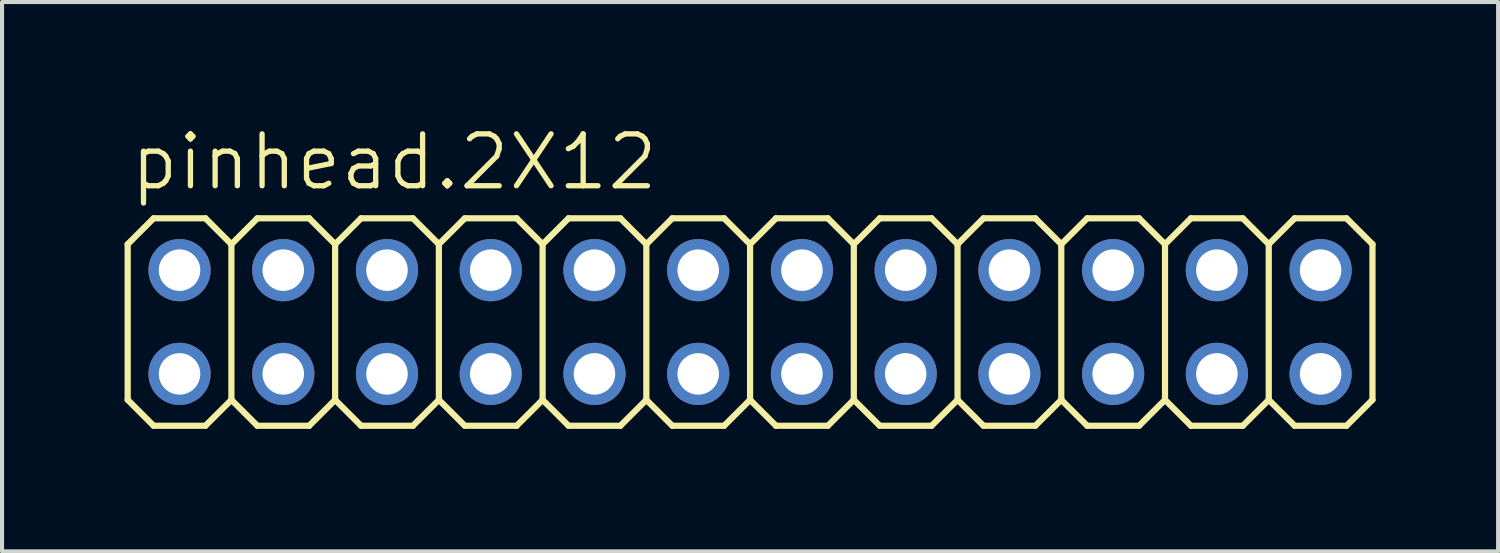
<source format=kicad_pcb>
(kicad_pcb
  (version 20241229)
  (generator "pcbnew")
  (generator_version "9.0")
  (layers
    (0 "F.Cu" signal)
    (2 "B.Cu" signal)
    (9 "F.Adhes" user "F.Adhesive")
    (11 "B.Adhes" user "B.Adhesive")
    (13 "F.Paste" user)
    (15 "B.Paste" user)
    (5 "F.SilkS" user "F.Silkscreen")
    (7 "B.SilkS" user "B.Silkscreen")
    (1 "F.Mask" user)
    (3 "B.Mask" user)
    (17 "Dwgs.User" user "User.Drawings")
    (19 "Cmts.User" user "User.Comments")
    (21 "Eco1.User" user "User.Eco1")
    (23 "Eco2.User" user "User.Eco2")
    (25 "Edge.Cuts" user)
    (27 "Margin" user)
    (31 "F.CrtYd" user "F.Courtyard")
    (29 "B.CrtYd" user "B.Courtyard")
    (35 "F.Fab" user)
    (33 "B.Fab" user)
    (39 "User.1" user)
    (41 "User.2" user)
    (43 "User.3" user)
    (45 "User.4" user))
  (footprint "pinhead.2X12"
    (layer "F.Cu")
    (at 15.316 4.835)
    (property "Reference" "pinhead.2X12" (at -15.24 -3.175 0) (layer "F.SilkS") (effects (font (size 1.27 1.27) (thickness 0.13)) (justify left bottom)))
    (attr through_hole)
    (fp_line (start -15.24 -1.905) (end -14.605 -2.54) (stroke (width 0.152) (type default)) (layer "F.SilkS"))
    (fp_line (start -15.24 1.905) (end -15.24 -1.905) (stroke (width 0.152) (type default)) (layer "F.SilkS"))
    (fp_line (start -15.24 1.905) (end -14.605 2.54) (stroke (width 0.152) (type default)) (layer "F.SilkS"))
    (fp_line (start -14.605 -2.54) (end -13.335 -2.54) (stroke (width 0.152) (type default)) (layer "F.SilkS"))
    (fp_line (start -14.605 2.54) (end -13.335 2.54) (stroke (width 0.152) (type default)) (layer "F.SilkS"))
    (fp_line (start -13.335 -2.54) (end -12.7 -1.905) (stroke (width 0.152) (type default)) (layer "F.SilkS"))
    (fp_line (start -13.335 2.54) (end -12.7 1.905) (stroke (width 0.152) (type default)) (layer "F.SilkS"))
    (fp_line (start -12.7 -1.905) (end -12.7 1.905) (stroke (width 0.152) (type default)) (layer "F.SilkS"))
    (fp_line (start -12.7 -1.905) (end -12.065 -2.54) (stroke (width 0.152) (type default)) (layer "F.SilkS"))
    (fp_line (start -12.7 1.905) (end -12.065 2.54) (stroke (width 0.152) (type default)) (layer "F.SilkS"))
    (fp_line (start -12.065 -2.54) (end -10.795 -2.54) (stroke (width 0.152) (type default)) (layer "F.SilkS"))
    (fp_line (start -12.065 2.54) (end -10.795 2.54) (stroke (width 0.152) (type default)) (layer "F.SilkS"))
    (fp_line (start -10.795 -2.54) (end -10.16 -1.905) (stroke (width 0.152) (type default)) (layer "F.SilkS"))
    (fp_line (start -10.795 2.54) (end -10.16 1.905) (stroke (width 0.152) (type default)) (layer "F.SilkS"))
    (fp_line (start -10.16 -1.905) (end -10.16 1.905) (stroke (width 0.152) (type default)) (layer "F.SilkS"))
    (fp_line (start -10.16 -1.905) (end -9.525 -2.54) (stroke (width 0.152) (type default)) (layer "F.SilkS"))
    (fp_line (start -10.16 1.905) (end -9.525 2.54) (stroke (width 0.152) (type default)) (layer "F.SilkS"))
    (fp_line (start -9.525 -2.54) (end -8.255 -2.54) (stroke (width 0.152) (type default)) (layer "F.SilkS"))
    (fp_line (start -9.525 2.54) (end -8.255 2.54) (stroke (width 0.152) (type default)) (layer "F.SilkS"))
    (fp_line (start -8.255 -2.54) (end -7.62 -1.905) (stroke (width 0.152) (type default)) (layer "F.SilkS"))
    (fp_line (start -8.255 2.54) (end -7.62 1.905) (stroke (width 0.152) (type default)) (layer "F.SilkS"))
    (fp_line (start -7.62 -1.905) (end -7.62 1.905) (stroke (width 0.152) (type default)) (layer "F.SilkS"))
    (fp_line (start -7.62 -1.905) (end -6.985 -2.54) (stroke (width 0.152) (type default)) (layer "F.SilkS"))
    (fp_line (start -7.62 1.905) (end -6.985 2.54) (stroke (width 0.152) (type default)) (layer "F.SilkS"))
    (fp_line (start -6.985 -2.54) (end -5.715 -2.54) (stroke (width 0.152) (type default)) (layer "F.SilkS"))
    (fp_line (start -6.985 2.54) (end -5.715 2.54) (stroke (width 0.152) (type default)) (layer "F.SilkS"))
    (fp_line (start -5.715 -2.54) (end -5.08 -1.905) (stroke (width 0.152) (type default)) (layer "F.SilkS"))
    (fp_line (start -5.715 2.54) (end -5.08 1.905) (stroke (width 0.152) (type default)) (layer "F.SilkS"))
    (fp_line (start -5.08 -1.905) (end -5.08 1.905) (stroke (width 0.152) (type default)) (layer "F.SilkS"))
    (fp_line (start -5.08 -1.905) (end -4.445 -2.54) (stroke (width 0.152) (type default)) (layer "F.SilkS"))
    (fp_line (start -5.08 1.905) (end -4.445 2.54) (stroke (width 0.152) (type default)) (layer "F.SilkS"))
    (fp_line (start -4.445 -2.54) (end -3.175 -2.54) (stroke (width 0.152) (type default)) (layer "F.SilkS"))
    (fp_line (start -4.445 2.54) (end -3.175 2.54) (stroke (width 0.152) (type default)) (layer "F.SilkS"))
    (fp_line (start -3.175 -2.54) (end -2.54 -1.905) (stroke (width 0.152) (type default)) (layer "F.SilkS"))
    (fp_line (start -3.175 2.54) (end -2.54 1.905) (stroke (width 0.152) (type default)) (layer "F.SilkS"))
    (fp_line (start -2.54 -1.905) (end -2.54 1.905) (stroke (width 0.152) (type default)) (layer "F.SilkS"))
    (fp_line (start -2.54 -1.905) (end -1.905 -2.54) (stroke (width 0.152) (type default)) (layer "F.SilkS"))
    (fp_line (start -2.54 1.905) (end -1.905 2.54) (stroke (width 0.152) (type default)) (layer "F.SilkS"))
    (fp_line (start -1.905 -2.54) (end -0.635 -2.54) (stroke (width 0.152) (type default)) (layer "F.SilkS"))
    (fp_line (start -1.905 2.54) (end -0.635 2.54) (stroke (width 0.152) (type default)) (layer "F.SilkS"))
    (fp_line (start -0.635 -2.54) (end 0 -1.905) (stroke (width 0.152) (type default)) (layer "F.SilkS"))
    (fp_line (start -0.635 2.54) (end 0 1.905) (stroke (width 0.152) (type default)) (layer "F.SilkS"))
    (fp_line (start 0 -1.905) (end 0 1.905) (stroke (width 0.152) (type default)) (layer "F.SilkS"))
    (fp_line (start 0 -1.905) (end 0.635 -2.54) (stroke (width 0.152) (type default)) (layer "F.SilkS"))
    (fp_line (start 0 1.905) (end 0.635 2.54) (stroke (width 0.152) (type default)) (layer "F.SilkS"))
    (fp_line (start 0.635 -2.54) (end 1.905 -2.54) (stroke (width 0.152) (type default)) (layer "F.SilkS"))
    (fp_line (start 1.905 -2.54) (end 2.54 -1.905) (stroke (width 0.152) (type default)) (layer "F.SilkS"))
    (fp_line (start 1.905 2.54) (end 0.635 2.54) (stroke (width 0.152) (type default)) (layer "F.SilkS"))
    (fp_line (start 2.54 -1.905) (end 2.54 1.905) (stroke (width 0.152) (type default)) (layer "F.SilkS"))
    (fp_line (start 2.54 -1.905) (end 3.175 -2.54) (stroke (width 0.152) (type default)) (layer "F.SilkS"))
    (fp_line (start 2.54 1.905) (end 1.905 2.54) (stroke (width 0.152) (type default)) (layer "F.SilkS"))
    (fp_line (start 2.54 1.905) (end 3.175 2.54) (stroke (width 0.152) (type default)) (layer "F.SilkS"))
    (fp_line (start 3.175 -2.54) (end 4.445 -2.54) (stroke (width 0.152) (type default)) (layer "F.SilkS"))
    (fp_line (start 4.445 -2.54) (end 5.08 -1.905) (stroke (width 0.152) (type default)) (layer "F.SilkS"))
    (fp_line (start 4.445 2.54) (end 3.175 2.54) (stroke (width 0.152) (type default)) (layer "F.SilkS"))
    (fp_line (start 5.08 -1.905) (end 5.08 1.905) (stroke (width 0.152) (type default)) (layer "F.SilkS"))
    (fp_line (start 5.08 -1.905) (end 5.715 -2.54) (stroke (width 0.152) (type default)) (layer "F.SilkS"))
    (fp_line (start 5.08 1.905) (end 4.445 2.54) (stroke (width 0.152) (type default)) (layer "F.SilkS"))
    (fp_line (start 5.08 1.905) (end 5.715 2.54) (stroke (width 0.152) (type default)) (layer "F.SilkS"))
    (fp_line (start 5.715 -2.54) (end 6.985 -2.54) (stroke (width 0.152) (type default)) (layer "F.SilkS"))
    (fp_line (start 6.985 -2.54) (end 7.62 -1.905) (stroke (width 0.152) (type default)) (layer "F.SilkS"))
    (fp_line (start 6.985 2.54) (end 5.715 2.54) (stroke (width 0.152) (type default)) (layer "F.SilkS"))
    (fp_line (start 7.62 -1.905) (end 7.62 1.905) (stroke (width 0.152) (type default)) (layer "F.SilkS"))
    (fp_line (start 7.62 -1.905) (end 8.255 -2.54) (stroke (width 0.152) (type default)) (layer "F.SilkS"))
    (fp_line (start 7.62 1.905) (end 6.985 2.54) (stroke (width 0.152) (type default)) (layer "F.SilkS"))
    (fp_line (start 7.62 1.905) (end 8.255 2.54) (stroke (width 0.152) (type default)) (layer "F.SilkS"))
    (fp_line (start 8.255 -2.54) (end 9.525 -2.54) (stroke (width 0.152) (type default)) (layer "F.SilkS"))
    (fp_line (start 9.525 -2.54) (end 10.16 -1.905) (stroke (width 0.152) (type default)) (layer "F.SilkS"))
    (fp_line (start 9.525 2.54) (end 8.255 2.54) (stroke (width 0.152) (type default)) (layer "F.SilkS"))
    (fp_line (start 10.16 -1.905) (end 10.16 1.905) (stroke (width 0.152) (type default)) (layer "F.SilkS"))
    (fp_line (start 10.16 -1.905) (end 10.795 -2.54) (stroke (width 0.152) (type default)) (layer "F.SilkS"))
    (fp_line (start 10.16 1.905) (end 9.525 2.54) (stroke (width 0.152) (type default)) (layer "F.SilkS"))
    (fp_line (start 10.16 1.905) (end 10.795 2.54) (stroke (width 0.152) (type default)) (layer "F.SilkS"))
    (fp_line (start 10.795 -2.54) (end 12.065 -2.54) (stroke (width 0.152) (type default)) (layer "F.SilkS"))
    (fp_line (start 12.065 -2.54) (end 12.7 -1.905) (stroke (width 0.152) (type default)) (layer "F.SilkS"))
    (fp_line (start 12.065 2.54) (end 10.795 2.54) (stroke (width 0.152) (type default)) (layer "F.SilkS"))
    (fp_line (start 12.7 -1.905) (end 12.7 1.905) (stroke (width 0.152) (type default)) (layer "F.SilkS"))
    (fp_line (start 12.7 -1.905) (end 13.335 -2.54) (stroke (width 0.152) (type default)) (layer "F.SilkS"))
    (fp_line (start 12.7 1.905) (end 12.065 2.54) (stroke (width 0.152) (type default)) (layer "F.SilkS"))
    (fp_line (start 12.7 1.905) (end 13.335 2.54) (stroke (width 0.152) (type default)) (layer "F.SilkS"))
    (fp_line (start 13.335 -2.54) (end 14.605 -2.54) (stroke (width 0.152) (type default)) (layer "F.SilkS"))
    (fp_line (start 14.605 -2.54) (end 15.24 -1.905) (stroke (width 0.152) (type default)) (layer "F.SilkS"))
    (fp_line (start 14.605 2.54) (end 13.335 2.54) (stroke (width 0.152) (type default)) (layer "F.SilkS"))
    (fp_line (start 15.24 -1.905) (end 15.24 1.905) (stroke (width 0.152) (type default)) (layer "F.SilkS"))
    (fp_line (start 15.24 1.905) (end 14.605 2.54) (stroke (width 0.152) (type default)) (layer "F.SilkS"))
    (fp_rect (start -14.224 -1.016) (end -13.716 -1.524) (stroke (width 0.05) (type default)) (fill no) (layer "F.Fab"))
    (fp_rect (start -14.224 1.524) (end -13.716 1.016) (stroke (width 0.05) (type default)) (fill no) (layer "F.Fab"))
    (fp_rect (start -11.684 -1.016) (end -11.176 -1.524) (stroke (width 0.05) (type default)) (fill no) (layer "F.Fab"))
    (fp_rect (start -11.684 1.524) (end -11.176 1.016) (stroke (width 0.05) (type default)) (fill no) (layer "F.Fab"))
    (fp_rect (start -9.144 -1.016) (end -8.636 -1.524) (stroke (width 0.05) (type default)) (fill no) (layer "F.Fab"))
    (fp_rect (start -9.144 1.524) (end -8.636 1.016) (stroke (width 0.05) (type default)) (fill no) (layer "F.Fab"))
    (fp_rect (start -6.604 -1.016) (end -6.096 -1.524) (stroke (width 0.05) (type default)) (fill no) (layer "F.Fab"))
    (fp_rect (start -6.604 1.524) (end -6.096 1.016) (stroke (width 0.05) (type default)) (fill no) (layer "F.Fab"))
    (fp_rect (start -4.064 -1.016) (end -3.556 -1.524) (stroke (width 0.05) (type default)) (fill no) (layer "F.Fab"))
    (fp_rect (start -4.064 1.524) (end -3.556 1.016) (stroke (width 0.05) (type default)) (fill no) (layer "F.Fab"))
    (fp_rect (start -1.524 -1.016) (end -1.016 -1.524) (stroke (width 0.05) (type default)) (fill no) (layer "F.Fab"))
    (fp_rect (start -1.524 1.524) (end -1.016 1.016) (stroke (width 0.05) (type default)) (fill no) (layer "F.Fab"))
    (fp_rect (start 1.016 -1.016) (end 1.524 -1.524) (stroke (width 0.05) (type default)) (fill no) (layer "F.Fab"))
    (fp_rect (start 1.016 1.524) (end 1.524 1.016) (stroke (width 0.05) (type default)) (fill no) (layer "F.Fab"))
    (fp_rect (start 3.556 -1.016) (end 4.064 -1.524) (stroke (width 0.05) (type default)) (fill no) (layer "F.Fab"))
    (fp_rect (start 3.556 1.524) (end 4.064 1.016) (stroke (width 0.05) (type default)) (fill no) (layer "F.Fab"))
    (fp_rect (start 6.096 -1.016) (end 6.604 -1.524) (stroke (width 0.05) (type default)) (fill no) (layer "F.Fab"))
    (fp_rect (start 6.096 1.524) (end 6.604 1.016) (stroke (width 0.05) (type default)) (fill no) (layer "F.Fab"))
    (fp_rect (start 8.636 -1.016) (end 9.144 -1.524) (stroke (width 0.05) (type default)) (fill no) (layer "F.Fab"))
    (fp_rect (start 8.636 1.524) (end 9.144 1.016) (stroke (width 0.05) (type default)) (fill no) (layer "F.Fab"))
    (fp_rect (start 11.176 -1.016) (end 11.684 -1.524) (stroke (width 0.05) (type default)) (fill no) (layer "F.Fab"))
    (fp_rect (start 11.176 1.524) (end 11.684 1.016) (stroke (width 0.05) (type default)) (fill no) (layer "F.Fab"))
    (fp_rect (start 13.716 -1.016) (end 14.224 -1.524) (stroke (width 0.05) (type default)) (fill no) (layer "F.Fab"))
    (fp_rect (start 13.716 1.524) (end 14.224 1.016) (stroke (width 0.05) (type default)) (fill no) (layer "F.Fab"))
    (pad "1" thru_hole circle (at -13.97 1.27) (size 1.524 1.524) (drill 1.016) (layers "*.Cu" "*.Mask"))
    (pad "2" thru_hole circle (at -13.97 -1.27) (size 1.524 1.524) (drill 1.016) (layers "*.Cu" "*.Mask"))
    (pad "3" thru_hole circle (at -11.43 1.27) (size 1.524 1.524) (drill 1.016) (layers "*.Cu" "*.Mask"))
    (pad "4" thru_hole circle (at -11.43 -1.27) (size 1.524 1.524) (drill 1.016) (layers "*.Cu" "*.Mask"))
    (pad "5" thru_hole circle (at -8.89 1.27) (size 1.524 1.524) (drill 1.016) (layers "*.Cu" "*.Mask"))
    (pad "6" thru_hole circle (at -8.89 -1.27) (size 1.524 1.524) (drill 1.016) (layers "*.Cu" "*.Mask"))
    (pad "7" thru_hole circle (at -6.35 1.27) (size 1.524 1.524) (drill 1.016) (layers "*.Cu" "*.Mask"))
    (pad "8" thru_hole circle (at -6.35 -1.27) (size 1.524 1.524) (drill 1.016) (layers "*.Cu" "*.Mask"))
    (pad "9" thru_hole circle (at -3.81 1.27) (size 1.524 1.524) (drill 1.016) (layers "*.Cu" "*.Mask"))
    (pad "10" thru_hole circle (at -3.81 -1.27) (size 1.524 1.524) (drill 1.016) (layers "*.Cu" "*.Mask"))
    (pad "11" thru_hole circle (at -1.27 1.27) (size 1.524 1.524) (drill 1.016) (layers "*.Cu" "*.Mask"))
    (pad "12" thru_hole circle (at -1.27 -1.27) (size 1.524 1.524) (drill 1.016) (layers "*.Cu" "*.Mask"))
    (pad "13" thru_hole circle (at 1.27 1.27) (size 1.524 1.524) (drill 1.016) (layers "*.Cu" "*.Mask"))
    (pad "14" thru_hole circle (at 1.27 -1.27) (size 1.524 1.524) (drill 1.016) (layers "*.Cu" "*.Mask"))
    (pad "15" thru_hole circle (at 3.81 1.27) (size 1.524 1.524) (drill 1.016) (layers "*.Cu" "*.Mask"))
    (pad "16" thru_hole circle (at 3.81 -1.27) (size 1.524 1.524) (drill 1.016) (layers "*.Cu" "*.Mask"))
    (pad "17" thru_hole circle (at 6.35 1.27) (size 1.524 1.524) (drill 1.016) (layers "*.Cu" "*.Mask"))
    (pad "18" thru_hole circle (at 6.35 -1.27) (size 1.524 1.524) (drill 1.016) (layers "*.Cu" "*.Mask"))
    (pad "19" thru_hole circle (at 8.89 1.27) (size 1.524 1.524) (drill 1.016) (layers "*.Cu" "*.Mask"))
    (pad "20" thru_hole circle (at 8.89 -1.27) (size 1.524 1.524) (drill 1.016) (layers "*.Cu" "*.Mask"))
    (pad "21" thru_hole circle (at 11.43 1.27) (size 1.524 1.524) (drill 1.016) (layers "*.Cu" "*.Mask"))
    (pad "22" thru_hole circle (at 11.43 -1.27) (size 1.524 1.524) (drill 1.016) (layers "*.Cu" "*.Mask"))
    (pad "23" thru_hole circle (at 13.97 1.27) (size 1.524 1.524) (drill 1.016) (layers "*.Cu" "*.Mask"))
    (pad "24" thru_hole circle (at 13.97 -1.27) (size 1.524 1.524) (drill 1.016) (layers "*.Cu" "*.Mask")))
  (gr_rect
    (start -3 -3)
    (end 33.632 10.451)
    (stroke (width 0.1) (type default))
    (fill no)
    (layer "Edge.Cuts")))
</source>
